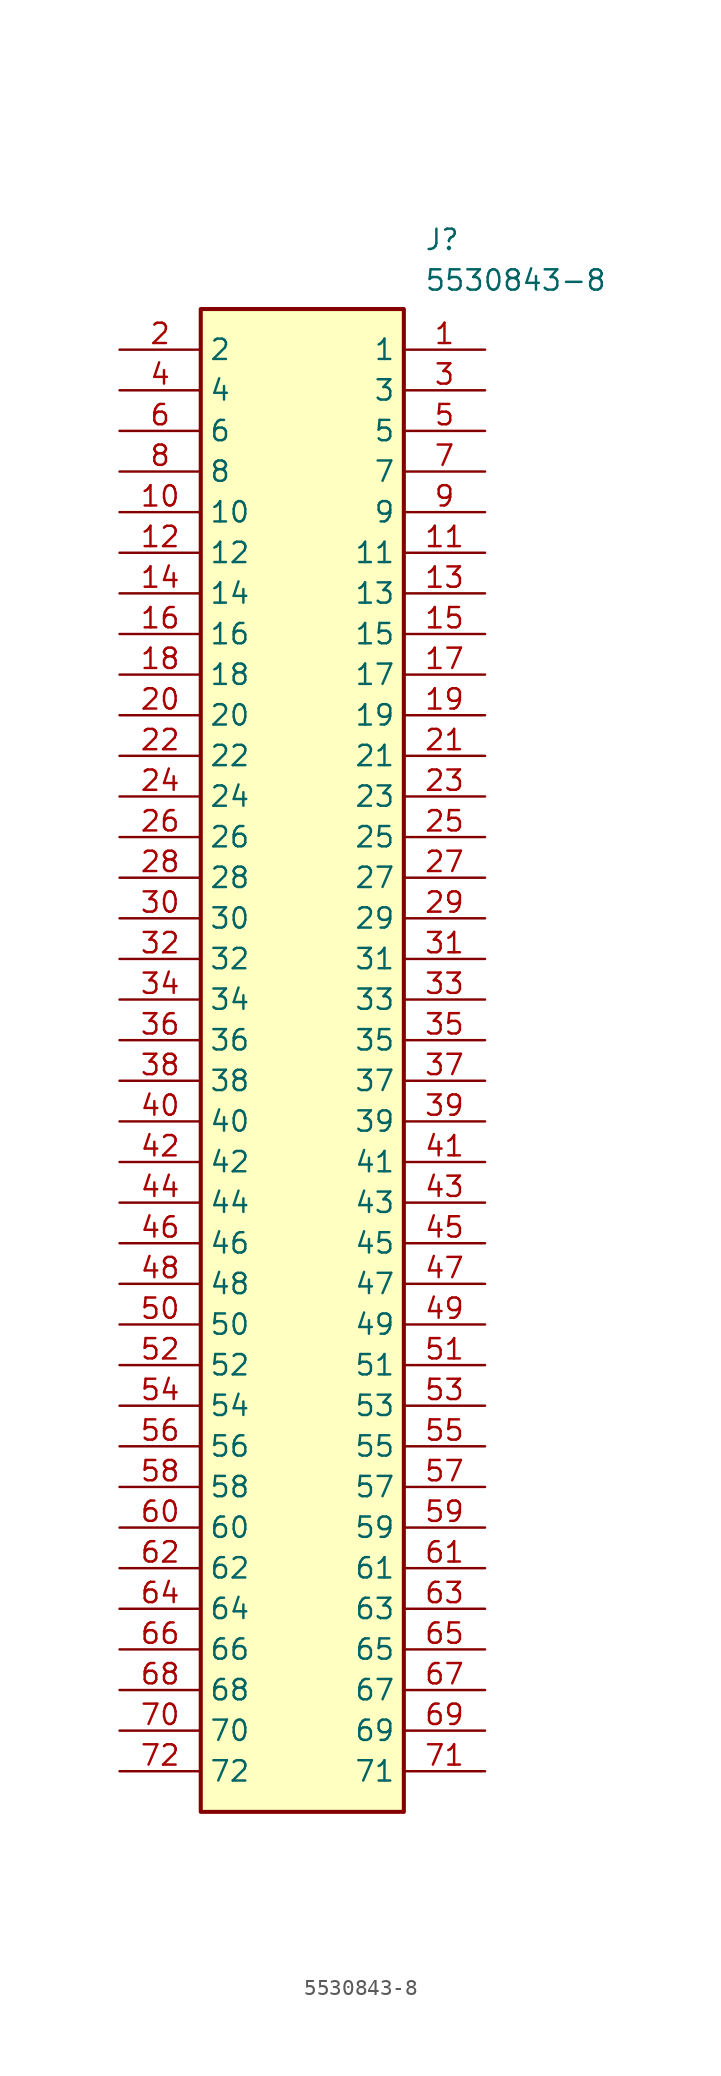
<source format=kicad_sym>
(kicad_symbol_lib
  (version 20211014)
  (generator SamacSys_ECAD_Model)
  (symbol "5530843-8"
    (property "Reference" "J"
      (at 19.05 7.62 0)
      (effects (font (size 1.27 1.27)) (justify left top)))
    (property "Value" "5530843-8"
      (at 19.05 5.08 0)
      (effects (font (size 1.27 1.27)) (justify left top)))
    (rectangle
      (start 5.08 2.54)
      (end 17.78 -91.44)
      (stroke (width 0.254) (type default))
      (fill (type background)))
    (pin passive line
      (at 22.86 0 180)
      (length 5.08)
      (name "1" (effects (font (size 1.27 1.27))))
      (number "1" (effects (font (size 1.27 1.27)))))
    (pin passive line
      (at 0 0 0)
      (length 5.08)
      (name "2" (effects (font (size 1.27 1.27))))
      (number "2" (effects (font (size 1.27 1.27)))))
    (pin passive line
      (at 22.86 -2.54 180)
      (length 5.08)
      (name "3" (effects (font (size 1.27 1.27))))
      (number "3" (effects (font (size 1.27 1.27)))))
    (pin passive line
      (at 0 -2.54 0)
      (length 5.08)
      (name "4" (effects (font (size 1.27 1.27))))
      (number "4" (effects (font (size 1.27 1.27)))))
    (pin passive line
      (at 22.86 -5.08 180)
      (length 5.08)
      (name "5" (effects (font (size 1.27 1.27))))
      (number "5" (effects (font (size 1.27 1.27)))))
    (pin passive line
      (at 0 -5.08 0)
      (length 5.08)
      (name "6" (effects (font (size 1.27 1.27))))
      (number "6" (effects (font (size 1.27 1.27)))))
    (pin passive line
      (at 22.86 -7.62 180)
      (length 5.08)
      (name "7" (effects (font (size 1.27 1.27))))
      (number "7" (effects (font (size 1.27 1.27)))))
    (pin passive line
      (at 0 -7.62 0)
      (length 5.08)
      (name "8" (effects (font (size 1.27 1.27))))
      (number "8" (effects (font (size 1.27 1.27)))))
    (pin passive line
      (at 22.86 -10.16 180)
      (length 5.08)
      (name "9" (effects (font (size 1.27 1.27))))
      (number "9" (effects (font (size 1.27 1.27)))))
    (pin passive line
      (at 0 -10.16 0)
      (length 5.08)
      (name "10" (effects (font (size 1.27 1.27))))
      (number "10" (effects (font (size 1.27 1.27)))))
    (pin passive line
      (at 22.86 -12.7 180)
      (length 5.08)
      (name "11" (effects (font (size 1.27 1.27))))
      (number "11" (effects (font (size 1.27 1.27)))))
    (pin passive line
      (at 0 -12.7 0)
      (length 5.08)
      (name "12" (effects (font (size 1.27 1.27))))
      (number "12" (effects (font (size 1.27 1.27)))))
    (pin passive line
      (at 22.86 -15.24 180)
      (length 5.08)
      (name "13" (effects (font (size 1.27 1.27))))
      (number "13" (effects (font (size 1.27 1.27)))))
    (pin passive line
      (at 0 -15.24 0)
      (length 5.08)
      (name "14" (effects (font (size 1.27 1.27))))
      (number "14" (effects (font (size 1.27 1.27)))))
    (pin passive line
      (at 22.86 -17.78 180)
      (length 5.08)
      (name "15" (effects (font (size 1.27 1.27))))
      (number "15" (effects (font (size 1.27 1.27)))))
    (pin passive line
      (at 0 -17.78 0)
      (length 5.08)
      (name "16" (effects (font (size 1.27 1.27))))
      (number "16" (effects (font (size 1.27 1.27)))))
    (pin passive line
      (at 22.86 -20.32 180)
      (length 5.08)
      (name "17" (effects (font (size 1.27 1.27))))
      (number "17" (effects (font (size 1.27 1.27)))))
    (pin passive line
      (at 0 -20.32 0)
      (length 5.08)
      (name "18" (effects (font (size 1.27 1.27))))
      (number "18" (effects (font (size 1.27 1.27)))))
    (pin passive line
      (at 22.86 -22.86 180)
      (length 5.08)
      (name "19" (effects (font (size 1.27 1.27))))
      (number "19" (effects (font (size 1.27 1.27)))))
    (pin passive line
      (at 0 -22.86 0)
      (length 5.08)
      (name "20" (effects (font (size 1.27 1.27))))
      (number "20" (effects (font (size 1.27 1.27)))))
    (pin passive line
      (at 22.86 -25.4 180)
      (length 5.08)
      (name "21" (effects (font (size 1.27 1.27))))
      (number "21" (effects (font (size 1.27 1.27)))))
    (pin passive line
      (at 0 -25.4 0)
      (length 5.08)
      (name "22" (effects (font (size 1.27 1.27))))
      (number "22" (effects (font (size 1.27 1.27)))))
    (pin passive line
      (at 22.86 -27.94 180)
      (length 5.08)
      (name "23" (effects (font (size 1.27 1.27))))
      (number "23" (effects (font (size 1.27 1.27)))))
    (pin passive line
      (at 0 -27.94 0)
      (length 5.08)
      (name "24" (effects (font (size 1.27 1.27))))
      (number "24" (effects (font (size 1.27 1.27)))))
    (pin passive line
      (at 22.86 -30.48 180)
      (length 5.08)
      (name "25" (effects (font (size 1.27 1.27))))
      (number "25" (effects (font (size 1.27 1.27)))))
    (pin passive line
      (at 0 -30.48 0)
      (length 5.08)
      (name "26" (effects (font (size 1.27 1.27))))
      (number "26" (effects (font (size 1.27 1.27)))))
    (pin passive line
      (at 22.86 -33.02 180)
      (length 5.08)
      (name "27" (effects (font (size 1.27 1.27))))
      (number "27" (effects (font (size 1.27 1.27)))))
    (pin passive line
      (at 0 -33.02 0)
      (length 5.08)
      (name "28" (effects (font (size 1.27 1.27))))
      (number "28" (effects (font (size 1.27 1.27)))))
    (pin passive line
      (at 22.86 -35.56 180)
      (length 5.08)
      (name "29" (effects (font (size 1.27 1.27))))
      (number "29" (effects (font (size 1.27 1.27)))))
    (pin passive line
      (at 0 -35.56 0)
      (length 5.08)
      (name "30" (effects (font (size 1.27 1.27))))
      (number "30" (effects (font (size 1.27 1.27)))))
    (pin passive line
      (at 22.86 -38.1 180)
      (length 5.08)
      (name "31" (effects (font (size 1.27 1.27))))
      (number "31" (effects (font (size 1.27 1.27)))))
    (pin passive line
      (at 0 -38.1 0)
      (length 5.08)
      (name "32" (effects (font (size 1.27 1.27))))
      (number "32" (effects (font (size 1.27 1.27)))))
    (pin passive line
      (at 22.86 -40.64 180)
      (length 5.08)
      (name "33" (effects (font (size 1.27 1.27))))
      (number "33" (effects (font (size 1.27 1.27)))))
    (pin passive line
      (at 0 -40.64 0)
      (length 5.08)
      (name "34" (effects (font (size 1.27 1.27))))
      (number "34" (effects (font (size 1.27 1.27)))))
    (pin passive line
      (at 22.86 -43.18 180)
      (length 5.08)
      (name "35" (effects (font (size 1.27 1.27))))
      (number "35" (effects (font (size 1.27 1.27)))))
    (pin passive line
      (at 0 -43.18 0)
      (length 5.08)
      (name "36" (effects (font (size 1.27 1.27))))
      (number "36" (effects (font (size 1.27 1.27)))))
    (pin passive line
      (at 22.86 -45.72 180)
      (length 5.08)
      (name "37" (effects (font (size 1.27 1.27))))
      (number "37" (effects (font (size 1.27 1.27)))))
    (pin passive line
      (at 0 -45.72 0)
      (length 5.08)
      (name "38" (effects (font (size 1.27 1.27))))
      (number "38" (effects (font (size 1.27 1.27)))))
    (pin passive line
      (at 22.86 -48.26 180)
      (length 5.08)
      (name "39" (effects (font (size 1.27 1.27))))
      (number "39" (effects (font (size 1.27 1.27)))))
    (pin passive line
      (at 0 -48.26 0)
      (length 5.08)
      (name "40" (effects (font (size 1.27 1.27))))
      (number "40" (effects (font (size 1.27 1.27)))))
    (pin passive line
      (at 22.86 -50.8 180)
      (length 5.08)
      (name "41" (effects (font (size 1.27 1.27))))
      (number "41" (effects (font (size 1.27 1.27)))))
    (pin passive line
      (at 0 -50.8 0)
      (length 5.08)
      (name "42" (effects (font (size 1.27 1.27))))
      (number "42" (effects (font (size 1.27 1.27)))))
    (pin passive line
      (at 22.86 -53.34 180)
      (length 5.08)
      (name "43" (effects (font (size 1.27 1.27))))
      (number "43" (effects (font (size 1.27 1.27)))))
    (pin passive line
      (at 0 -53.34 0)
      (length 5.08)
      (name "44" (effects (font (size 1.27 1.27))))
      (number "44" (effects (font (size 1.27 1.27)))))
    (pin passive line
      (at 22.86 -55.88 180)
      (length 5.08)
      (name "45" (effects (font (size 1.27 1.27))))
      (number "45" (effects (font (size 1.27 1.27)))))
    (pin passive line
      (at 0 -55.88 0)
      (length 5.08)
      (name "46" (effects (font (size 1.27 1.27))))
      (number "46" (effects (font (size 1.27 1.27)))))
    (pin passive line
      (at 22.86 -58.42 180)
      (length 5.08)
      (name "47" (effects (font (size 1.27 1.27))))
      (number "47" (effects (font (size 1.27 1.27)))))
    (pin passive line
      (at 0 -58.42 0)
      (length 5.08)
      (name "48" (effects (font (size 1.27 1.27))))
      (number "48" (effects (font (size 1.27 1.27)))))
    (pin passive line
      (at 22.86 -60.96 180)
      (length 5.08)
      (name "49" (effects (font (size 1.27 1.27))))
      (number "49" (effects (font (size 1.27 1.27)))))
    (pin passive line
      (at 0 -60.96 0)
      (length 5.08)
      (name "50" (effects (font (size 1.27 1.27))))
      (number "50" (effects (font (size 1.27 1.27)))))
    (pin passive line
      (at 22.86 -63.5 180)
      (length 5.08)
      (name "51" (effects (font (size 1.27 1.27))))
      (number "51" (effects (font (size 1.27 1.27)))))
    (pin passive line
      (at 0 -63.5 0)
      (length 5.08)
      (name "52" (effects (font (size 1.27 1.27))))
      (number "52" (effects (font (size 1.27 1.27)))))
    (pin passive line
      (at 22.86 -66.04 180)
      (length 5.08)
      (name "53" (effects (font (size 1.27 1.27))))
      (number "53" (effects (font (size 1.27 1.27)))))
    (pin passive line
      (at 0 -66.04 0)
      (length 5.08)
      (name "54" (effects (font (size 1.27 1.27))))
      (number "54" (effects (font (size 1.27 1.27)))))
    (pin passive line
      (at 22.86 -68.58 180)
      (length 5.08)
      (name "55" (effects (font (size 1.27 1.27))))
      (number "55" (effects (font (size 1.27 1.27)))))
    (pin passive line
      (at 0 -68.58 0)
      (length 5.08)
      (name "56" (effects (font (size 1.27 1.27))))
      (number "56" (effects (font (size 1.27 1.27)))))
    (pin passive line
      (at 22.86 -71.12 180)
      (length 5.08)
      (name "57" (effects (font (size 1.27 1.27))))
      (number "57" (effects (font (size 1.27 1.27)))))
    (pin passive line
      (at 0 -71.12 0)
      (length 5.08)
      (name "58" (effects (font (size 1.27 1.27))))
      (number "58" (effects (font (size 1.27 1.27)))))
    (pin passive line
      (at 22.86 -73.66 180)
      (length 5.08)
      (name "59" (effects (font (size 1.27 1.27))))
      (number "59" (effects (font (size 1.27 1.27)))))
    (pin passive line
      (at 0 -73.66 0)
      (length 5.08)
      (name "60" (effects (font (size 1.27 1.27))))
      (number "60" (effects (font (size 1.27 1.27)))))
    (pin passive line
      (at 22.86 -76.2 180)
      (length 5.08)
      (name "61" (effects (font (size 1.27 1.27))))
      (number "61" (effects (font (size 1.27 1.27)))))
    (pin passive line
      (at 0 -76.2 0)
      (length 5.08)
      (name "62" (effects (font (size 1.27 1.27))))
      (number "62" (effects (font (size 1.27 1.27)))))
    (pin passive line
      (at 22.86 -78.74 180)
      (length 5.08)
      (name "63" (effects (font (size 1.27 1.27))))
      (number "63" (effects (font (size 1.27 1.27)))))
    (pin passive line
      (at 0 -78.74 0)
      (length 5.08)
      (name "64" (effects (font (size 1.27 1.27))))
      (number "64" (effects (font (size 1.27 1.27)))))
    (pin passive line
      (at 22.86 -81.28 180)
      (length 5.08)
      (name "65" (effects (font (size 1.27 1.27))))
      (number "65" (effects (font (size 1.27 1.27)))))
    (pin passive line
      (at 0 -81.28 0)
      (length 5.08)
      (name "66" (effects (font (size 1.27 1.27))))
      (number "66" (effects (font (size 1.27 1.27)))))
    (pin passive line
      (at 22.86 -83.82 180)
      (length 5.08)
      (name "67" (effects (font (size 1.27 1.27))))
      (number "67" (effects (font (size 1.27 1.27)))))
    (pin passive line
      (at 0 -83.82 0)
      (length 5.08)
      (name "68" (effects (font (size 1.27 1.27))))
      (number "68" (effects (font (size 1.27 1.27)))))
    (pin passive line
      (at 22.86 -86.36 180)
      (length 5.08)
      (name "69" (effects (font (size 1.27 1.27))))
      (number "69" (effects (font (size 1.27 1.27)))))
    (pin passive line
      (at 0 -86.36 0)
      (length 5.08)
      (name "70" (effects (font (size 1.27 1.27))))
      (number "70" (effects (font (size 1.27 1.27)))))
    (pin passive line
      (at 22.86 -88.9 180)
      (length 5.08)
      (name "71" (effects (font (size 1.27 1.27))))
      (number "71" (effects (font (size 1.27 1.27)))))
    (pin passive line
      (at 0 -88.9 0)
      (length 5.08)
      (name "72" (effects (font (size 1.27 1.27))))
      (number "72" (effects (font (size 1.27 1.27)))))))
</source>
